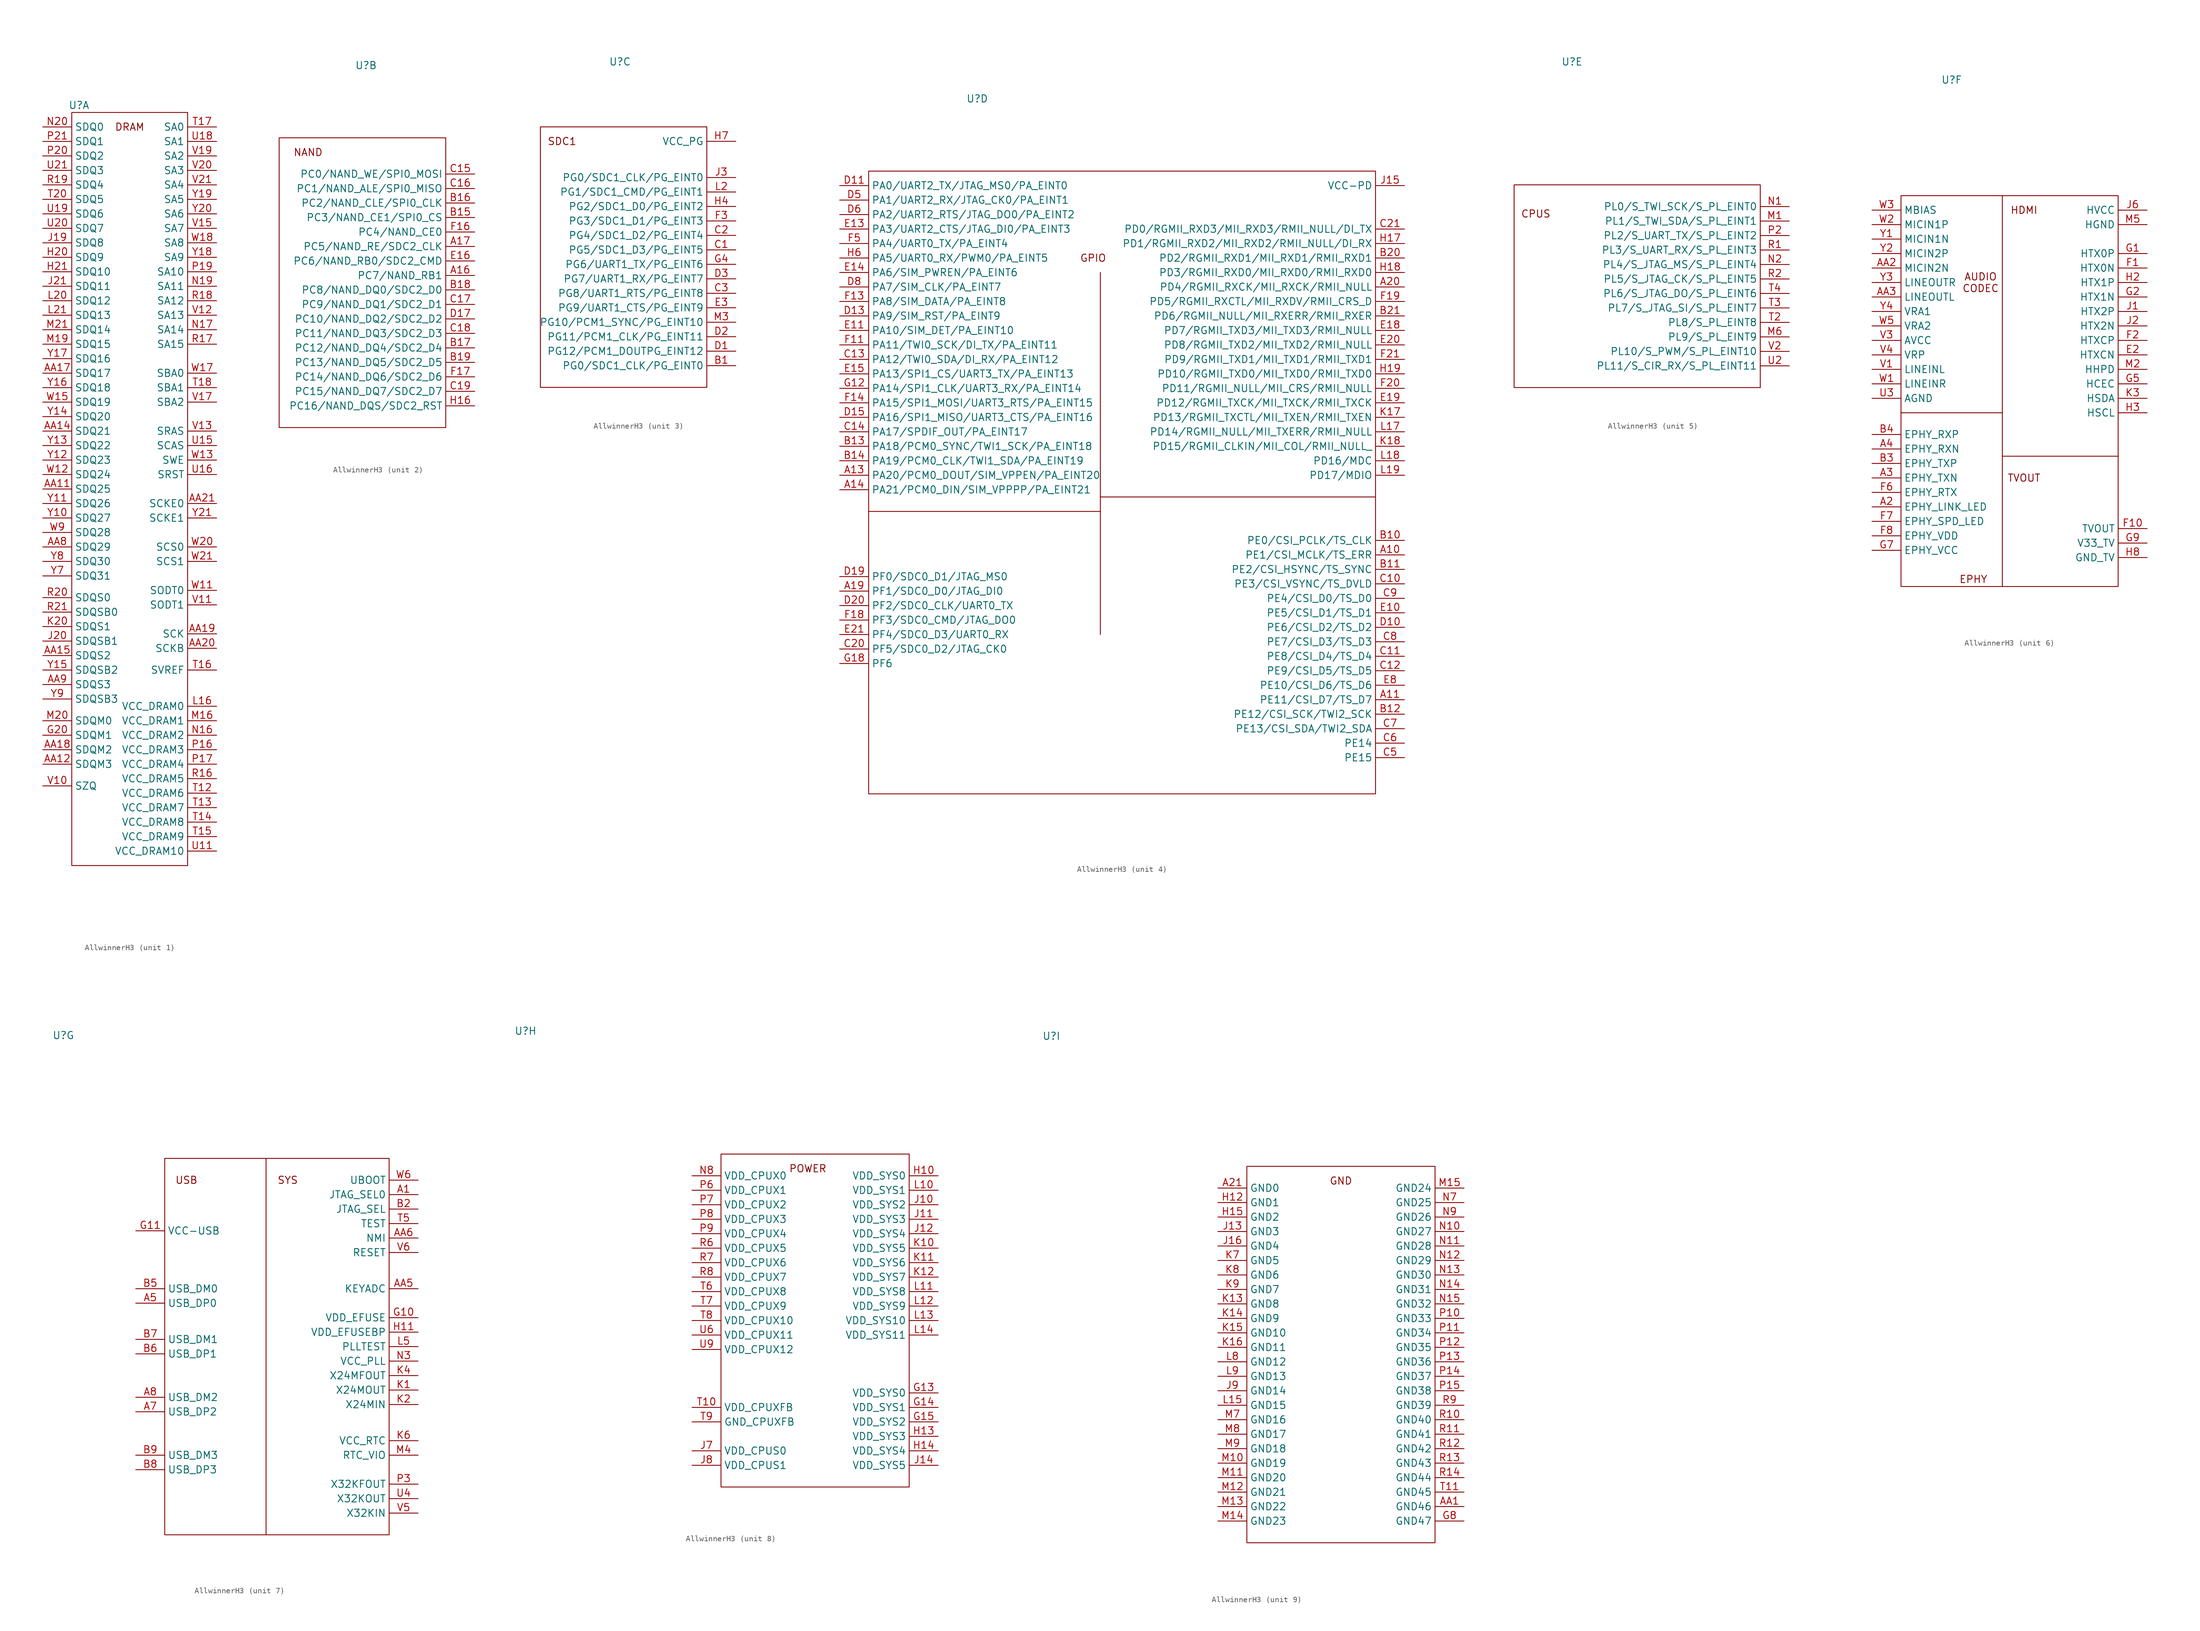
<source format=kicad_sym>
(kicad_symbol_lib
  (version 20220914)
  (generator kicad_symbol_editor)
  (symbol "AllwinnerH3"
    (property "Reference" "U"
      (at -7.62 39.37 0)
      (effects (font (size 1.27 1.27))))
    (property "Value" ""
      (at 8.89 -2.54 0)
      (effects (font (size 1.27 1.27))))
    (property "ki_locked" ""
      (at 0 0 0)
      (effects (font (size 1.27 1.27))))
    (symbol "AllwinnerH3_1_1"
      (rectangle (start -8.89 38.1) (end 11.43 -93.98) (stroke (width 0) (type default)) (fill (type none)))
      (text "DRAM" (at 1.27 35.56 0) (effects (font (size 1.27 1.27))))
      (pin bidirectional line (at -13.97 -27.94 0) (length 5.08) (name "SDQ25" (effects (font (size 1.27 1.27)))) (number "AA11" (effects (font (size 1.27 1.27)))))
      (pin bidirectional line (at -13.97 -76.2 0) (length 5.08) (name "SDQM3" (effects (font (size 1.27 1.27)))) (number "AA12" (effects (font (size 1.27 1.27)))))
      (pin bidirectional line (at -13.97 -17.78 0) (length 5.08) (name "SDQ21" (effects (font (size 1.27 1.27)))) (number "AA14" (effects (font (size 1.27 1.27)))))
      (pin bidirectional line (at -13.97 -57.15 0) (length 5.08) (name "SDQS2" (effects (font (size 1.27 1.27)))) (number "AA15" (effects (font (size 1.27 1.27)))))
      (pin bidirectional line (at -13.97 -7.62 0) (length 5.08) (name "SDQ17" (effects (font (size 1.27 1.27)))) (number "AA17" (effects (font (size 1.27 1.27)))))
      (pin bidirectional line (at -13.97 -73.66 0) (length 5.08) (name "SDQM2" (effects (font (size 1.27 1.27)))) (number "AA18" (effects (font (size 1.27 1.27)))))
      (pin output line (at 16.51 -53.34 180) (length 5.08) (name "SCK" (effects (font (size 1.27 1.27)))) (number "AA19" (effects (font (size 1.27 1.27)))))
      (pin output line (at 16.51 -55.88 180) (length 5.08) (name "SCKB" (effects (font (size 1.27 1.27)))) (number "AA20" (effects (font (size 1.27 1.27)))))
      (pin output line (at 16.51 -30.48 180) (length 5.08) (name "SCKE0" (effects (font (size 1.27 1.27)))) (number "AA21" (effects (font (size 1.27 1.27)))))
      (pin bidirectional line (at -13.97 -38.1 0) (length 5.08) (name "SDQ29" (effects (font (size 1.27 1.27)))) (number "AA8" (effects (font (size 1.27 1.27)))))
      (pin bidirectional line (at -13.97 -62.23 0) (length 5.08) (name "SDQS3" (effects (font (size 1.27 1.27)))) (number "AA9" (effects (font (size 1.27 1.27)))))
      (pin bidirectional line (at -13.97 -71.12 0) (length 5.08) (name "SDQM1" (effects (font (size 1.27 1.27)))) (number "G20" (effects (font (size 1.27 1.27)))))
      (pin bidirectional line (at -13.97 12.7 0) (length 5.08) (name "SDQ9" (effects (font (size 1.27 1.27)))) (number "H20" (effects (font (size 1.27 1.27)))))
      (pin bidirectional line (at -13.97 10.16 0) (length 5.08) (name "SDQ10" (effects (font (size 1.27 1.27)))) (number "H21" (effects (font (size 1.27 1.27)))))
      (pin bidirectional line (at -13.97 15.24 0) (length 5.08) (name "SDQ8" (effects (font (size 1.27 1.27)))) (number "J19" (effects (font (size 1.27 1.27)))))
      (pin bidirectional line (at -13.97 -54.61 0) (length 5.08) (name "SDQSB1" (effects (font (size 1.27 1.27)))) (number "J20" (effects (font (size 1.27 1.27)))))
      (pin bidirectional line (at -13.97 7.62 0) (length 5.08) (name "SDQ11" (effects (font (size 1.27 1.27)))) (number "J21" (effects (font (size 1.27 1.27)))))
      (pin bidirectional line (at -13.97 -52.07 0) (length 5.08) (name "SDQS1" (effects (font (size 1.27 1.27)))) (number "K20" (effects (font (size 1.27 1.27)))))
      (pin power_in line (at 16.51 -66.04 180) (length 5.08) (name "VCC_DRAM0" (effects (font (size 1.27 1.27)))) (number "L16" (effects (font (size 1.27 1.27)))))
      (pin bidirectional line (at -13.97 5.08 0) (length 5.08) (name "SDQ12" (effects (font (size 1.27 1.27)))) (number "L20" (effects (font (size 1.27 1.27)))))
      (pin bidirectional line (at -13.97 2.54 0) (length 5.08) (name "SDQ13" (effects (font (size 1.27 1.27)))) (number "L21" (effects (font (size 1.27 1.27)))))
      (pin power_in line (at 16.51 -68.58 180) (length 5.08) (name "VCC_DRAM1" (effects (font (size 1.27 1.27)))) (number "M16" (effects (font (size 1.27 1.27)))))
      (pin bidirectional line (at -13.97 -2.54 0) (length 5.08) (name "SDQ15" (effects (font (size 1.27 1.27)))) (number "M19" (effects (font (size 1.27 1.27)))))
      (pin bidirectional line (at -13.97 -68.58 0) (length 5.08) (name "SDQM0" (effects (font (size 1.27 1.27)))) (number "M20" (effects (font (size 1.27 1.27)))))
      (pin bidirectional line (at -13.97 0 0) (length 5.08) (name "SDQ14" (effects (font (size 1.27 1.27)))) (number "M21" (effects (font (size 1.27 1.27)))))
      (pin power_in line (at 16.51 -71.12 180) (length 5.08) (name "VCC_DRAM2" (effects (font (size 1.27 1.27)))) (number "N16" (effects (font (size 1.27 1.27)))))
      (pin output line (at 16.51 0 180) (length 5.08) (name "SA14" (effects (font (size 1.27 1.27)))) (number "N17" (effects (font (size 1.27 1.27)))))
      (pin output line (at 16.51 7.62 180) (length 5.08) (name "SA11" (effects (font (size 1.27 1.27)))) (number "N19" (effects (font (size 1.27 1.27)))))
      (pin bidirectional line (at -13.97 35.56 0) (length 5.08) (name "SDQ0" (effects (font (size 1.27 1.27)))) (number "N20" (effects (font (size 1.27 1.27)))))
      (pin power_in line (at 16.51 -73.66 180) (length 5.08) (name "VCC_DRAM3" (effects (font (size 1.27 1.27)))) (number "P16" (effects (font (size 1.27 1.27)))))
      (pin power_in line (at 16.51 -76.2 180) (length 5.08) (name "VCC_DRAM4" (effects (font (size 1.27 1.27)))) (number "P17" (effects (font (size 1.27 1.27)))))
      (pin output line (at 16.51 10.16 180) (length 5.08) (name "SA10" (effects (font (size 1.27 1.27)))) (number "P19" (effects (font (size 1.27 1.27)))))
      (pin bidirectional line (at -13.97 30.48 0) (length 5.08) (name "SDQ2" (effects (font (size 1.27 1.27)))) (number "P20" (effects (font (size 1.27 1.27)))))
      (pin bidirectional line (at -13.97 33.02 0) (length 5.08) (name "SDQ1" (effects (font (size 1.27 1.27)))) (number "P21" (effects (font (size 1.27 1.27)))))
      (pin power_in line (at 16.51 -78.74 180) (length 5.08) (name "VCC_DRAM5" (effects (font (size 1.27 1.27)))) (number "R16" (effects (font (size 1.27 1.27)))))
      (pin output line (at 16.51 -2.54 180) (length 5.08) (name "SA15" (effects (font (size 1.27 1.27)))) (number "R17" (effects (font (size 1.27 1.27)))))
      (pin output line (at 16.51 5.08 180) (length 5.08) (name "SA12" (effects (font (size 1.27 1.27)))) (number "R18" (effects (font (size 1.27 1.27)))))
      (pin bidirectional line (at -13.97 25.4 0) (length 5.08) (name "SDQ4" (effects (font (size 1.27 1.27)))) (number "R19" (effects (font (size 1.27 1.27)))))
      (pin bidirectional line (at -13.97 -46.99 0) (length 5.08) (name "SDQS0" (effects (font (size 1.27 1.27)))) (number "R20" (effects (font (size 1.27 1.27)))))
      (pin bidirectional line (at -13.97 -49.53 0) (length 5.08) (name "SDQSB0" (effects (font (size 1.27 1.27)))) (number "R21" (effects (font (size 1.27 1.27)))))
      (pin power_in line (at 16.51 -81.28 180) (length 5.08) (name "VCC_DRAM6" (effects (font (size 1.27 1.27)))) (number "T12" (effects (font (size 1.27 1.27)))))
      (pin power_in line (at 16.51 -83.82 180) (length 5.08) (name "VCC_DRAM7" (effects (font (size 1.27 1.27)))) (number "T13" (effects (font (size 1.27 1.27)))))
      (pin power_in line (at 16.51 -86.36 180) (length 5.08) (name "VCC_DRAM8" (effects (font (size 1.27 1.27)))) (number "T14" (effects (font (size 1.27 1.27)))))
      (pin power_in line (at 16.51 -88.9 180) (length 5.08) (name "VCC_DRAM9" (effects (font (size 1.27 1.27)))) (number "T15" (effects (font (size 1.27 1.27)))))
      (pin output line (at 16.51 -59.69 180) (length 5.08) (name "SVREF" (effects (font (size 1.27 1.27)))) (number "T16" (effects (font (size 1.27 1.27)))))
      (pin output line (at 16.51 35.56 180) (length 5.08) (name "SA0" (effects (font (size 1.27 1.27)))) (number "T17" (effects (font (size 1.27 1.27)))))
      (pin output line (at 16.51 -10.16 180) (length 5.08) (name "SBA1" (effects (font (size 1.27 1.27)))) (number "T18" (effects (font (size 1.27 1.27)))))
      (pin bidirectional line (at -13.97 22.86 0) (length 5.08) (name "SDQ5" (effects (font (size 1.27 1.27)))) (number "T20" (effects (font (size 1.27 1.27)))))
      (pin power_in line (at 16.51 -91.44 180) (length 5.08) (name "VCC_DRAM10" (effects (font (size 1.27 1.27)))) (number "U11" (effects (font (size 1.27 1.27)))))
      (pin output line (at 16.51 -20.32 180) (length 5.08) (name "SCAS" (effects (font (size 1.27 1.27)))) (number "U15" (effects (font (size 1.27 1.27)))))
      (pin output line (at 16.51 -25.4 180) (length 5.08) (name "SRST" (effects (font (size 1.27 1.27)))) (number "U16" (effects (font (size 1.27 1.27)))))
      (pin output line (at 16.51 33.02 180) (length 5.08) (name "SA1" (effects (font (size 1.27 1.27)))) (number "U18" (effects (font (size 1.27 1.27)))))
      (pin bidirectional line (at -13.97 20.32 0) (length 5.08) (name "SDQ6" (effects (font (size 1.27 1.27)))) (number "U19" (effects (font (size 1.27 1.27)))))
      (pin bidirectional line (at -13.97 17.78 0) (length 5.08) (name "SDQ7" (effects (font (size 1.27 1.27)))) (number "U20" (effects (font (size 1.27 1.27)))))
      (pin bidirectional line (at -13.97 27.94 0) (length 5.08) (name "SDQ3" (effects (font (size 1.27 1.27)))) (number "U21" (effects (font (size 1.27 1.27)))))
      (pin bidirectional line (at -13.97 -80.01 0) (length 5.08) (name "SZQ" (effects (font (size 1.27 1.27)))) (number "V10" (effects (font (size 1.27 1.27)))))
      (pin output line (at 16.51 -48.26 180) (length 5.08) (name "SODT1" (effects (font (size 1.27 1.27)))) (number "V11" (effects (font (size 1.27 1.27)))))
      (pin output line (at 16.51 2.54 180) (length 5.08) (name "SA13" (effects (font (size 1.27 1.27)))) (number "V12" (effects (font (size 1.27 1.27)))))
      (pin output line (at 16.51 -17.78 180) (length 5.08) (name "SRAS" (effects (font (size 1.27 1.27)))) (number "V13" (effects (font (size 1.27 1.27)))))
      (pin output line (at 16.51 17.78 180) (length 5.08) (name "SA7" (effects (font (size 1.27 1.27)))) (number "V15" (effects (font (size 1.27 1.27)))))
      (pin output line (at 16.51 -12.7 180) (length 5.08) (name "SBA2" (effects (font (size 1.27 1.27)))) (number "V17" (effects (font (size 1.27 1.27)))))
      (pin output line (at 16.51 30.48 180) (length 5.08) (name "SA2" (effects (font (size 1.27 1.27)))) (number "V19" (effects (font (size 1.27 1.27)))))
      (pin output line (at 16.51 27.94 180) (length 5.08) (name "SA3" (effects (font (size 1.27 1.27)))) (number "V20" (effects (font (size 1.27 1.27)))))
      (pin output line (at 16.51 25.4 180) (length 5.08) (name "SA4" (effects (font (size 1.27 1.27)))) (number "V21" (effects (font (size 1.27 1.27)))))
      (pin output line (at 16.51 -45.72 180) (length 5.08) (name "SODT0" (effects (font (size 1.27 1.27)))) (number "W11" (effects (font (size 1.27 1.27)))))
      (pin bidirectional line (at -13.97 -25.4 0) (length 5.08) (name "SDQ24" (effects (font (size 1.27 1.27)))) (number "W12" (effects (font (size 1.27 1.27)))))
      (pin output line (at 16.51 -22.86 180) (length 5.08) (name "SWE" (effects (font (size 1.27 1.27)))) (number "W13" (effects (font (size 1.27 1.27)))))
      (pin bidirectional line (at -13.97 -12.7 0) (length 5.08) (name "SDQ19" (effects (font (size 1.27 1.27)))) (number "W15" (effects (font (size 1.27 1.27)))))
      (pin output line (at 16.51 -7.62 180) (length 5.08) (name "SBA0" (effects (font (size 1.27 1.27)))) (number "W17" (effects (font (size 1.27 1.27)))))
      (pin output line (at 16.51 15.24 180) (length 5.08) (name "SA8" (effects (font (size 1.27 1.27)))) (number "W18" (effects (font (size 1.27 1.27)))))
      (pin output line (at 16.51 -38.1 180) (length 5.08) (name "SCS0" (effects (font (size 1.27 1.27)))) (number "W20" (effects (font (size 1.27 1.27)))))
      (pin output line (at 16.51 -40.64 180) (length 5.08) (name "SCS1" (effects (font (size 1.27 1.27)))) (number "W21" (effects (font (size 1.27 1.27)))))
      (pin bidirectional line (at -13.97 -35.56 0) (length 5.08) (name "SDQ28" (effects (font (size 1.27 1.27)))) (number "W9" (effects (font (size 1.27 1.27)))))
      (pin bidirectional line (at -13.97 -33.02 0) (length 5.08) (name "SDQ27" (effects (font (size 1.27 1.27)))) (number "Y10" (effects (font (size 1.27 1.27)))))
      (pin bidirectional line (at -13.97 -30.48 0) (length 5.08) (name "SDQ26" (effects (font (size 1.27 1.27)))) (number "Y11" (effects (font (size 1.27 1.27)))))
      (pin bidirectional line (at -13.97 -22.86 0) (length 5.08) (name "SDQ23" (effects (font (size 1.27 1.27)))) (number "Y12" (effects (font (size 1.27 1.27)))))
      (pin bidirectional line (at -13.97 -20.32 0) (length 5.08) (name "SDQ22" (effects (font (size 1.27 1.27)))) (number "Y13" (effects (font (size 1.27 1.27)))))
      (pin bidirectional line (at -13.97 -15.24 0) (length 5.08) (name "SDQ20" (effects (font (size 1.27 1.27)))) (number "Y14" (effects (font (size 1.27 1.27)))))
      (pin bidirectional line (at -13.97 -59.69 0) (length 5.08) (name "SDQSB2" (effects (font (size 1.27 1.27)))) (number "Y15" (effects (font (size 1.27 1.27)))))
      (pin bidirectional line (at -13.97 -10.16 0) (length 5.08) (name "SDQ18" (effects (font (size 1.27 1.27)))) (number "Y16" (effects (font (size 1.27 1.27)))))
      (pin bidirectional line (at -13.97 -5.08 0) (length 5.08) (name "SDQ16" (effects (font (size 1.27 1.27)))) (number "Y17" (effects (font (size 1.27 1.27)))))
      (pin output line (at 16.51 12.7 180) (length 5.08) (name "SA9" (effects (font (size 1.27 1.27)))) (number "Y18" (effects (font (size 1.27 1.27)))))
      (pin output line (at 16.51 22.86 180) (length 5.08) (name "SA5" (effects (font (size 1.27 1.27)))) (number "Y19" (effects (font (size 1.27 1.27)))))
      (pin output line (at 16.51 20.32 180) (length 5.08) (name "SA6" (effects (font (size 1.27 1.27)))) (number "Y20" (effects (font (size 1.27 1.27)))))
      (pin output line (at 16.51 -33.02 180) (length 5.08) (name "SCKE1" (effects (font (size 1.27 1.27)))) (number "Y21" (effects (font (size 1.27 1.27)))))
      (pin bidirectional line (at -13.97 -43.18 0) (length 5.08) (name "SDQ31" (effects (font (size 1.27 1.27)))) (number "Y7" (effects (font (size 1.27 1.27)))))
      (pin bidirectional line (at -13.97 -40.64 0) (length 5.08) (name "SDQ30" (effects (font (size 1.27 1.27)))) (number "Y8" (effects (font (size 1.27 1.27)))))
      (pin bidirectional line (at -13.97 -64.77 0) (length 5.08) (name "SDQSB3" (effects (font (size 1.27 1.27)))) (number "Y9" (effects (font (size 1.27 1.27))))))
    (symbol "AllwinnerH3_2_1"
      (rectangle (start -22.86 26.67) (end 6.35 -24.13) (stroke (width 0) (type default)) (fill (type none)))
      (text "NAND" (at -17.78 24.13 0) (effects (font (size 1.27 1.27))))
      (pin bidirectional line (at 11.43 2.54 180) (length 5.08) (name "PC7/NAND_RB1" (effects (font (size 1.27 1.27)))) (number "A16" (effects (font (size 1.27 1.27)))))
      (pin bidirectional line (at 11.43 7.62 180) (length 5.08) (name "PC5/NAND_RE/SDC2_CLK" (effects (font (size 1.27 1.27)))) (number "A17" (effects (font (size 1.27 1.27)))))
      (pin bidirectional line (at 11.43 12.7 180) (length 5.08) (name "PC3/NAND_CE1/SPI0_CS" (effects (font (size 1.27 1.27)))) (number "B15" (effects (font (size 1.27 1.27)))))
      (pin bidirectional line (at 11.43 15.24 180) (length 5.08) (name "PC2/NAND_CLE/SPI0_CLK" (effects (font (size 1.27 1.27)))) (number "B16" (effects (font (size 1.27 1.27)))))
      (pin bidirectional line (at 11.43 -10.16 180) (length 5.08) (name "PC12/NAND_DQ4/SDC2_D4" (effects (font (size 1.27 1.27)))) (number "B17" (effects (font (size 1.27 1.27)))))
      (pin bidirectional line (at 11.43 0 180) (length 5.08) (name "PC8/NAND_DQ0/SDC2_D0" (effects (font (size 1.27 1.27)))) (number "B18" (effects (font (size 1.27 1.27)))))
      (pin bidirectional line (at 11.43 -12.7 180) (length 5.08) (name "PC13/NAND_DQ5/SDC2_D5" (effects (font (size 1.27 1.27)))) (number "B19" (effects (font (size 1.27 1.27)))))
      (pin bidirectional line (at 11.43 20.32 180) (length 5.08) (name "PC0/NAND_WE/SPI0_MOSI" (effects (font (size 1.27 1.27)))) (number "C15" (effects (font (size 1.27 1.27)))))
      (pin bidirectional line (at 11.43 17.78 180) (length 5.08) (name "PC1/NAND_ALE/SPI0_MISO" (effects (font (size 1.27 1.27)))) (number "C16" (effects (font (size 1.27 1.27)))))
      (pin bidirectional line (at 11.43 -2.54 180) (length 5.08) (name "PC9/NAND_DQ1/SDC2_D1" (effects (font (size 1.27 1.27)))) (number "C17" (effects (font (size 1.27 1.27)))))
      (pin bidirectional line (at 11.43 -7.62 180) (length 5.08) (name "PC11/NAND_DQ3/SDC2_D3" (effects (font (size 1.27 1.27)))) (number "C18" (effects (font (size 1.27 1.27)))))
      (pin bidirectional line (at 11.43 -17.78 180) (length 5.08) (name "PC15/NAND_DQ7/SDC2_D7" (effects (font (size 1.27 1.27)))) (number "C19" (effects (font (size 1.27 1.27)))))
      (pin bidirectional line (at 11.43 -5.08 180) (length 5.08) (name "PC10/NAND_DQ2/SDC2_D2" (effects (font (size 1.27 1.27)))) (number "D17" (effects (font (size 1.27 1.27)))))
      (pin bidirectional line (at 11.43 5.08 180) (length 5.08) (name "PC6/NAND_RB0/SDC2_CMD" (effects (font (size 1.27 1.27)))) (number "E16" (effects (font (size 1.27 1.27)))))
      (pin bidirectional line (at 11.43 10.16 180) (length 5.08) (name "PC4/NAND_CE0" (effects (font (size 1.27 1.27)))) (number "F16" (effects (font (size 1.27 1.27)))))
      (pin bidirectional line (at 11.43 -15.24 180) (length 5.08) (name "PC14/NAND_DQ6/SDC2_D6" (effects (font (size 1.27 1.27)))) (number "F17" (effects (font (size 1.27 1.27)))))
      (pin bidirectional line (at 11.43 -20.32 180) (length 5.08) (name "PC16/NAND_DQS/SDC2_RST" (effects (font (size 1.27 1.27)))) (number "H16" (effects (font (size 1.27 1.27))))))
    (symbol "AllwinnerH3_3_1"
      (rectangle (start -21.59 27.94) (end 7.62 -17.78) (stroke (width 0) (type default)) (fill (type none)))
      (text "SDC1\n" (at -17.78 25.4 0) (effects (font (size 1.27 1.27))))
      (pin bidirectional line (at 12.7 -13.97 180) (length 5.08) (name "PG0/SDC1_CLK/PG_EINT0" (effects (font (size 1.27 1.27)))) (number "B1" (effects (font (size 1.27 1.27)))))
      (pin bidirectional line (at 12.7 6.35 180) (length 5.08) (name "PG5/SDC1_D3/PG_EINT5" (effects (font (size 1.27 1.27)))) (number "C1" (effects (font (size 1.27 1.27)))))
      (pin bidirectional line (at 12.7 8.89 180) (length 5.08) (name "PG4/SDC1_D2/PG_EINT4" (effects (font (size 1.27 1.27)))) (number "C2" (effects (font (size 1.27 1.27)))))
      (pin bidirectional line (at 12.7 -1.27 180) (length 5.08) (name "PG8/UART1_RTS/PG_EINT8" (effects (font (size 1.27 1.27)))) (number "C3" (effects (font (size 1.27 1.27)))))
      (pin bidirectional line (at 12.7 -11.43 180) (length 5.08) (name "PG12/PCM1_DOUTPG_EINT12" (effects (font (size 1.27 1.27)))) (number "D1" (effects (font (size 1.27 1.27)))))
      (pin bidirectional line (at 12.7 -8.89 180) (length 5.08) (name "PG11/PCM1_CLK/PG_EINT11" (effects (font (size 1.27 1.27)))) (number "D2" (effects (font (size 1.27 1.27)))))
      (pin bidirectional line (at 12.7 1.27 180) (length 5.08) (name "PG7/UART1_RX/PG_EINT7" (effects (font (size 1.27 1.27)))) (number "D3" (effects (font (size 1.27 1.27)))))
      (pin bidirectional line (at 12.7 -3.81 180) (length 5.08) (name "PG9/UART1_CTS/PG_EINT9" (effects (font (size 1.27 1.27)))) (number "E3" (effects (font (size 1.27 1.27)))))
      (pin bidirectional line (at 12.7 11.43 180) (length 5.08) (name "PG3/SDC1_D1/PG_EINT3" (effects (font (size 1.27 1.27)))) (number "F3" (effects (font (size 1.27 1.27)))))
      (pin bidirectional line (at 12.7 3.81 180) (length 5.08) (name "PG6/UART1_TX/PG_EINT6" (effects (font (size 1.27 1.27)))) (number "G4" (effects (font (size 1.27 1.27)))))
      (pin bidirectional line (at 12.7 13.97 180) (length 5.08) (name "PG2/SDC1_D0/PG_EINT2" (effects (font (size 1.27 1.27)))) (number "H4" (effects (font (size 1.27 1.27)))))
      (pin power_in line (at 12.7 25.4 180) (length 5.08) (name "VCC_PG" (effects (font (size 1.27 1.27)))) (number "H7" (effects (font (size 1.27 1.27)))))
      (pin bidirectional line (at 12.7 19.05 180) (length 5.08) (name "PG0/SDC1_CLK/PG_EINT0" (effects (font (size 1.27 1.27)))) (number "J3" (effects (font (size 1.27 1.27)))))
      (pin bidirectional line (at 12.7 16.51 180) (length 5.08) (name "PG1/SDC1_CMD/PG_EINT1" (effects (font (size 1.27 1.27)))) (number "L2" (effects (font (size 1.27 1.27)))))
      (pin bidirectional line (at 12.7 -6.35 180) (length 5.08) (name "PG10/PCM1_SYNC/PG_EINT10" (effects (font (size 1.27 1.27)))) (number "M3" (effects (font (size 1.27 1.27))))))
    (symbol "AllwinnerH3_4_1"
      (rectangle (start -26.67 26.67) (end 62.23 -82.55) (stroke (width 0) (type default)) (fill (type none)))
      (polyline (pts (xy 13.97 -30.48) (xy 62.23 -30.48)) (stroke (width 0) (type default)) (fill (type none)))
      (polyline (pts (xy 13.97 -33.02) (xy -26.67 -33.02) (xy -22.86 -33.02)) (stroke (width 0) (type default)) (fill (type none)))
      (polyline (pts (xy 13.97 8.89) (xy 13.97 -54.61) (xy 13.97 -27.94)) (stroke (width 0) (type default)) (fill (type none)))
      (text "GPIO" (at 12.7 11.43 0) (effects (font (size 1.27 1.27))))
      (pin bidirectional line (at 67.31 -40.64 180) (length 5.08) (name "PE1/CSI_MCLK/TS_ERR" (effects (font (size 1.27 1.27)))) (number "A10" (effects (font (size 1.27 1.27)))))
      (pin bidirectional line (at 67.31 -66.04 180) (length 5.08) (name "PE11/CSI_D7/TS_D7" (effects (font (size 1.27 1.27)))) (number "A11" (effects (font (size 1.27 1.27)))))
      (pin bidirectional line (at -31.75 -26.67 0) (length 5.08) (name "PA20/PCM0_DOUT/SIM_VPPEN/PA_EINT20" (effects (font (size 1.27 1.27)))) (number "A13" (effects (font (size 1.27 1.27)))))
      (pin bidirectional line (at -31.75 -29.21 0) (length 5.08) (name "PA21/PCM0_DIN/SIM_VPPPP/PA_EINT21" (effects (font (size 1.27 1.27)))) (number "A14" (effects (font (size 1.27 1.27)))))
      (pin bidirectional line (at -31.75 -46.99 0) (length 5.08) (name "PF1/SDC0_D0/JTAG_DI0" (effects (font (size 1.27 1.27)))) (number "A19" (effects (font (size 1.27 1.27)))))
      (pin bidirectional line (at 67.31 6.35 180) (length 5.08) (name "PD4/RGMII_RXCK/MII_RXCK/RMII_NULL" (effects (font (size 1.27 1.27)))) (number "A20" (effects (font (size 1.27 1.27)))))
      (pin bidirectional line (at 67.31 -38.1 180) (length 5.08) (name "PE0/CSI_PCLK/TS_CLK" (effects (font (size 1.27 1.27)))) (number "B10" (effects (font (size 1.27 1.27)))))
      (pin bidirectional line (at 67.31 -43.18 180) (length 5.08) (name "PE2/CSI_HSYNC/TS_SYNC" (effects (font (size 1.27 1.27)))) (number "B11" (effects (font (size 1.27 1.27)))))
      (pin bidirectional line (at 67.31 -68.58 180) (length 5.08) (name "PE12/CSI_SCK/TWI2_SCK" (effects (font (size 1.27 1.27)))) (number "B12" (effects (font (size 1.27 1.27)))))
      (pin bidirectional line (at -31.75 -21.59 0) (length 5.08) (name "PA18/PCM0_SYNC/TWI1_SCK/PA_EINT18" (effects (font (size 1.27 1.27)))) (number "B13" (effects (font (size 1.27 1.27)))))
      (pin bidirectional line (at -31.75 -24.13 0) (length 5.08) (name "PA19/PCM0_CLK/TWI1_SDA/PA_EINT19" (effects (font (size 1.27 1.27)))) (number "B14" (effects (font (size 1.27 1.27)))))
      (pin bidirectional line (at 67.31 11.43 180) (length 5.08) (name "PD2/RGMII_RXD1/MII_RXD1/RMII_RXD1" (effects (font (size 1.27 1.27)))) (number "B20" (effects (font (size 1.27 1.27)))))
      (pin bidirectional line (at 67.31 1.27 180) (length 5.08) (name "PD6/RGMII_NULL/MII_RXERR/RMII_RXER" (effects (font (size 1.27 1.27)))) (number "B21" (effects (font (size 1.27 1.27)))))
      (pin bidirectional line (at 67.31 -45.72 180) (length 5.08) (name "PE3/CSI_VSYNC/TS_DVLD" (effects (font (size 1.27 1.27)))) (number "C10" (effects (font (size 1.27 1.27)))))
      (pin bidirectional line (at 67.31 -58.42 180) (length 5.08) (name "PE8/CSI_D4/TS_D4" (effects (font (size 1.27 1.27)))) (number "C11" (effects (font (size 1.27 1.27)))))
      (pin bidirectional line (at 67.31 -60.96 180) (length 5.08) (name "PE9/CSI_D5/TS_D5" (effects (font (size 1.27 1.27)))) (number "C12" (effects (font (size 1.27 1.27)))))
      (pin bidirectional line (at -31.75 -6.35 0) (length 5.08) (name "PA12/TWI0_SDA/DI_RX/PA_EINT12" (effects (font (size 1.27 1.27)))) (number "C13" (effects (font (size 1.27 1.27)))))
      (pin bidirectional line (at -31.75 -19.05 0) (length 5.08) (name "PA17/SPDIF_OUT/PA_EINT17" (effects (font (size 1.27 1.27)))) (number "C14" (effects (font (size 1.27 1.27)))))
      (pin bidirectional line (at -31.75 -57.15 0) (length 5.08) (name "PF5/SDC0_D2/JTAG_CK0" (effects (font (size 1.27 1.27)))) (number "C20" (effects (font (size 1.27 1.27)))))
      (pin bidirectional line (at 67.31 16.51 180) (length 5.08) (name "PD0/RGMII_RXD3/MII_RXD3/RMII_NULL/DI_TX" (effects (font (size 1.27 1.27)))) (number "C21" (effects (font (size 1.27 1.27)))))
      (pin bidirectional line (at 67.31 -76.2 180) (length 5.08) (name "PE15" (effects (font (size 1.27 1.27)))) (number "C5" (effects (font (size 1.27 1.27)))))
      (pin bidirectional line (at 67.31 -73.66 180) (length 5.08) (name "PE14" (effects (font (size 1.27 1.27)))) (number "C6" (effects (font (size 1.27 1.27)))))
      (pin bidirectional line (at 67.31 -71.12 180) (length 5.08) (name "PE13/CSI_SDA/TWI2_SDA" (effects (font (size 1.27 1.27)))) (number "C7" (effects (font (size 1.27 1.27)))))
      (pin bidirectional line (at 67.31 -55.88 180) (length 5.08) (name "PE7/CSI_D3/TS_D3" (effects (font (size 1.27 1.27)))) (number "C8" (effects (font (size 1.27 1.27)))))
      (pin bidirectional line (at 67.31 -48.26 180) (length 5.08) (name "PE4/CSI_D0/TS_D0" (effects (font (size 1.27 1.27)))) (number "C9" (effects (font (size 1.27 1.27)))))
      (pin bidirectional line (at 67.31 -53.34 180) (length 5.08) (name "PE6/CSI_D2/TS_D2" (effects (font (size 1.27 1.27)))) (number "D10" (effects (font (size 1.27 1.27)))))
      (pin bidirectional line (at -31.75 24.13 0) (length 5.08) (name "PA0/UART2_TX/JTAG_MS0/PA_EINT0" (effects (font (size 1.27 1.27)))) (number "D11" (effects (font (size 1.27 1.27)))))
      (pin bidirectional line (at -31.75 1.27 0) (length 5.08) (name "PA9/SIM_RST/PA_EINT9" (effects (font (size 1.27 1.27)))) (number "D13" (effects (font (size 1.27 1.27)))))
      (pin bidirectional line (at -31.75 -16.51 0) (length 5.08) (name "PA16/SPI1_MISO/UART3_CTS/PA_EINT16" (effects (font (size 1.27 1.27)))) (number "D15" (effects (font (size 1.27 1.27)))))
      (pin bidirectional line (at -31.75 -44.45 0) (length 5.08) (name "PF0/SDC0_D1/JTAG_MS0" (effects (font (size 1.27 1.27)))) (number "D19" (effects (font (size 1.27 1.27)))))
      (pin bidirectional line (at -31.75 -49.53 0) (length 5.08) (name "PF2/SDC0_CLK/UART0_TX" (effects (font (size 1.27 1.27)))) (number "D20" (effects (font (size 1.27 1.27)))))
      (pin bidirectional line (at -31.75 21.59 0) (length 5.08) (name "PA1/UART2_RX/JTAG_CK0/PA_EINT1" (effects (font (size 1.27 1.27)))) (number "D5" (effects (font (size 1.27 1.27)))))
      (pin bidirectional line (at -31.75 19.05 0) (length 5.08) (name "PA2/UART2_RTS/JTAG_DO0/PA_EINT2" (effects (font (size 1.27 1.27)))) (number "D6" (effects (font (size 1.27 1.27)))))
      (pin bidirectional line (at -31.75 6.35 0) (length 5.08) (name "PA7/SIM_CLK/PA_EINT7" (effects (font (size 1.27 1.27)))) (number "D8" (effects (font (size 1.27 1.27)))))
      (pin bidirectional line (at 67.31 -50.8 180) (length 5.08) (name "PE5/CSI_D1/TS_D1" (effects (font (size 1.27 1.27)))) (number "E10" (effects (font (size 1.27 1.27)))))
      (pin bidirectional line (at -31.75 -1.27 0) (length 5.08) (name "PA10/SIM_DET/PA_EINT10" (effects (font (size 1.27 1.27)))) (number "E11" (effects (font (size 1.27 1.27)))))
      (pin bidirectional line (at -31.75 16.51 0) (length 5.08) (name "PA3/UART2_CTS/JTAG_DI0/PA_EINT3" (effects (font (size 1.27 1.27)))) (number "E13" (effects (font (size 1.27 1.27)))))
      (pin bidirectional line (at -31.75 8.89 0) (length 5.08) (name "PA6/SIM_PWREN/PA_EINT6" (effects (font (size 1.27 1.27)))) (number "E14" (effects (font (size 1.27 1.27)))))
      (pin bidirectional line (at -31.75 -8.89 0) (length 5.08) (name "PA13/SPI1_CS/UART3_TX/PA_EINT13" (effects (font (size 1.27 1.27)))) (number "E15" (effects (font (size 1.27 1.27)))))
      (pin bidirectional line (at 67.31 -1.27 180) (length 5.08) (name "PD7/RGMII_TXD3/MII_TXD3/RMII_NULL" (effects (font (size 1.27 1.27)))) (number "E18" (effects (font (size 1.27 1.27)))))
      (pin bidirectional line (at 67.31 -13.97 180) (length 5.08) (name "PD12/RGMII_TXCK/MII_TXCK/RMII_TXCK" (effects (font (size 1.27 1.27)))) (number "E19" (effects (font (size 1.27 1.27)))))
      (pin bidirectional line (at 67.31 -3.81 180) (length 5.08) (name "PD8/RGMII_TXD2/MII_TXD2/RMII_NULL" (effects (font (size 1.27 1.27)))) (number "E20" (effects (font (size 1.27 1.27)))))
      (pin bidirectional line (at -31.75 -54.61 0) (length 5.08) (name "PF4/SDC0_D3/UART0_RX" (effects (font (size 1.27 1.27)))) (number "E21" (effects (font (size 1.27 1.27)))))
      (pin bidirectional line (at 67.31 -63.5 180) (length 5.08) (name "PE10/CSI_D6/TS_D6" (effects (font (size 1.27 1.27)))) (number "E8" (effects (font (size 1.27 1.27)))))
      (pin bidirectional line (at -31.75 -3.81 0) (length 5.08) (name "PA11/TWI0_SCK/DI_TX/PA_EINT11" (effects (font (size 1.27 1.27)))) (number "F11" (effects (font (size 1.27 1.27)))))
      (pin bidirectional line (at -31.75 3.81 0) (length 5.08) (name "PA8/SIM_DATA/PA_EINT8" (effects (font (size 1.27 1.27)))) (number "F13" (effects (font (size 1.27 1.27)))))
      (pin bidirectional line (at -31.75 -13.97 0) (length 5.08) (name "PA15/SPI1_MOSI/UART3_RTS/PA_EINT15" (effects (font (size 1.27 1.27)))) (number "F14" (effects (font (size 1.27 1.27)))))
      (pin bidirectional line (at -31.75 -52.07 0) (length 5.08) (name "PF3/SDC0_CMD/JTAG_DO0" (effects (font (size 1.27 1.27)))) (number "F18" (effects (font (size 1.27 1.27)))))
      (pin bidirectional line (at 67.31 3.81 180) (length 5.08) (name "PD5/RGMII_RXCTL/MII_RXDV/RMII_CRS_D" (effects (font (size 1.27 1.27)))) (number "F19" (effects (font (size 1.27 1.27)))))
      (pin bidirectional line (at 67.31 -11.43 180) (length 5.08) (name "PD11/RGMII_NULL/MII_CRS/RMII_NULL" (effects (font (size 1.27 1.27)))) (number "F20" (effects (font (size 1.27 1.27)))))
      (pin bidirectional line (at 67.31 -6.35 180) (length 5.08) (name "PD9/RGMII_TXD1/MII_TXD1/RMII_TXD1" (effects (font (size 1.27 1.27)))) (number "F21" (effects (font (size 1.27 1.27)))))
      (pin bidirectional line (at -31.75 13.97 0) (length 5.08) (name "PA4/UART0_TX/PA_EINT4" (effects (font (size 1.27 1.27)))) (number "F5" (effects (font (size 1.27 1.27)))))
      (pin bidirectional line (at -31.75 -11.43 0) (length 5.08) (name "PA14/SPI1_CLK/UART3_RX/PA_EINT14" (effects (font (size 1.27 1.27)))) (number "G12" (effects (font (size 1.27 1.27)))))
      (pin bidirectional line (at -31.75 -59.69 0) (length 5.08) (name "PF6" (effects (font (size 1.27 1.27)))) (number "G18" (effects (font (size 1.27 1.27)))))
      (pin bidirectional line (at 67.31 13.97 180) (length 5.08) (name "PD1/RGMII_RXD2/MII_RXD2/RMII_NULL/DI_RX" (effects (font (size 1.27 1.27)))) (number "H17" (effects (font (size 1.27 1.27)))))
      (pin bidirectional line (at 67.31 8.89 180) (length 5.08) (name "PD3/RGMII_RXD0/MII_RXD0/RMII_RXD0" (effects (font (size 1.27 1.27)))) (number "H18" (effects (font (size 1.27 1.27)))))
      (pin bidirectional line (at 67.31 -8.89 180) (length 5.08) (name "PD10/RGMII_TXD0/MII_TXD0/RMII_TXD0" (effects (font (size 1.27 1.27)))) (number "H19" (effects (font (size 1.27 1.27)))))
      (pin bidirectional line (at -31.75 11.43 0) (length 5.08) (name "PA5/UART0_RX/PWM0/PA_EINT5" (effects (font (size 1.27 1.27)))) (number "H6" (effects (font (size 1.27 1.27)))))
      (pin power_in line (at 67.31 24.13 180) (length 5.08) (name "VCC-PD" (effects (font (size 1.27 1.27)))) (number "J15" (effects (font (size 1.27 1.27)))))
      (pin bidirectional line (at 67.31 -16.51 180) (length 5.08) (name "PD13/RGMII_TXCTL/MII_TXEN/RMII_TXEN" (effects (font (size 1.27 1.27)))) (number "K17" (effects (font (size 1.27 1.27)))))
      (pin bidirectional line (at 67.31 -21.59 180) (length 5.08) (name "PD15/RGMII_CLKIN/MII_COL/RMII_NULL_" (effects (font (size 1.27 1.27)))) (number "K18" (effects (font (size 1.27 1.27)))))
      (pin bidirectional line (at 67.31 -19.05 180) (length 5.08) (name "PD14/RGMII_NULL/MII_TXERR/RMII_NULL" (effects (font (size 1.27 1.27)))) (number "L17" (effects (font (size 1.27 1.27)))))
      (pin bidirectional line (at 67.31 -24.13 180) (length 5.08) (name "PD16/MDC" (effects (font (size 1.27 1.27)))) (number "L18" (effects (font (size 1.27 1.27)))))
      (pin bidirectional line (at 67.31 -26.67 180) (length 5.08) (name "PD17/MDIO" (effects (font (size 1.27 1.27)))) (number "L19" (effects (font (size 1.27 1.27))))))
    (symbol "AllwinnerH3_5_1"
      (rectangle (start -17.78 17.78) (end 25.4 -17.78) (stroke (width 0) (type default)) (fill (type none)))
      (text "CPUS" (at -13.97 12.7 0) (effects (font (size 1.27 1.27))))
      (pin bidirectional line (at 30.48 11.43 180) (length 5.08) (name "PL1/S_TWI_SDA/S_PL_EINT1" (effects (font (size 1.27 1.27)))) (number "M1" (effects (font (size 1.27 1.27)))))
      (pin bidirectional line (at 30.48 -8.89 180) (length 5.08) (name "PL9/S_PL_EINT9" (effects (font (size 1.27 1.27)))) (number "M6" (effects (font (size 1.27 1.27)))))
      (pin bidirectional line (at 30.48 13.97 180) (length 5.08) (name "PL0/S_TWI_SCK/S_PL_EINT0" (effects (font (size 1.27 1.27)))) (number "N1" (effects (font (size 1.27 1.27)))))
      (pin bidirectional line (at 30.48 3.81 180) (length 5.08) (name "PL4/S_JTAG_MS/S_PL_EINT4" (effects (font (size 1.27 1.27)))) (number "N2" (effects (font (size 1.27 1.27)))))
      (pin bidirectional line (at 30.48 8.89 180) (length 5.08) (name "PL2/S_UART_TX/S_PL_EINT2" (effects (font (size 1.27 1.27)))) (number "P2" (effects (font (size 1.27 1.27)))))
      (pin bidirectional line (at 30.48 6.35 180) (length 5.08) (name "PL3/S_UART_RX/S_PL_EINT3" (effects (font (size 1.27 1.27)))) (number "R1" (effects (font (size 1.27 1.27)))))
      (pin bidirectional line (at 30.48 1.27 180) (length 5.08) (name "PL5/S_JTAG_CK/S_PL_EINT5" (effects (font (size 1.27 1.27)))) (number "R2" (effects (font (size 1.27 1.27)))))
      (pin bidirectional line (at 30.48 -6.35 180) (length 5.08) (name "PL8/S_PL_EINT8" (effects (font (size 1.27 1.27)))) (number "T2" (effects (font (size 1.27 1.27)))))
      (pin bidirectional line (at 30.48 -3.81 180) (length 5.08) (name "PL7/S_JTAG_SI/S_PL_EINT7" (effects (font (size 1.27 1.27)))) (number "T3" (effects (font (size 1.27 1.27)))))
      (pin bidirectional line (at 30.48 -1.27 180) (length 5.08) (name "PL6/S_JTAG_DO/S_PL_EINT6" (effects (font (size 1.27 1.27)))) (number "T4" (effects (font (size 1.27 1.27)))))
      (pin bidirectional line (at 30.48 -13.97 180) (length 5.08) (name "PL11/S_CIR_RX/S_PL_EINT11" (effects (font (size 1.27 1.27)))) (number "U2" (effects (font (size 1.27 1.27)))))
      (pin bidirectional line (at 30.48 -11.43 180) (length 5.08) (name "PL10/S_PWM/S_PL_EINT10" (effects (font (size 1.27 1.27)))) (number "V2" (effects (font (size 1.27 1.27))))))
    (symbol "AllwinnerH3_6_1"
      (rectangle (start -16.51 19.05) (end 21.59 -49.53) (stroke (width 0) (type default)) (fill (type none)))
      (polyline (pts (xy -16.51 -19.05) (xy 1.27 -19.05)) (stroke (width 0) (type default)) (fill (type none)))
      (polyline (pts (xy 1.27 -26.67) (xy 21.59 -26.67)) (stroke (width 0) (type default)) (fill (type none)))
      (polyline (pts (xy 1.27 19.05) (xy 1.27 -49.53)) (stroke (width 0) (type default)) (fill (type none)))
      (text "AUDIO\nCODEC" (at -2.54 3.81 0) (effects (font (size 1.27 1.27))))
      (text "EPHY" (at -3.81 -48.26 0) (effects (font (size 1.27 1.27))))
      (text "HDMI" (at 5.08 16.51 0) (effects (font (size 1.27 1.27))))
      (text "TVOUT" (at 5.08 -30.48 0) (effects (font (size 1.27 1.27))))
      (pin bidirectional line (at -21.59 -35.56 0) (length 5.08) (name "EPHY_LINK_LED" (effects (font (size 1.27 1.27)))) (number "A2" (effects (font (size 1.27 1.27)))))
      (pin bidirectional line (at -21.59 -30.48 0) (length 5.08) (name "EPHY_TXN" (effects (font (size 1.27 1.27)))) (number "A3" (effects (font (size 1.27 1.27)))))
      (pin bidirectional line (at -21.59 -25.4 0) (length 5.08) (name "EPHY_RXN" (effects (font (size 1.27 1.27)))) (number "A4" (effects (font (size 1.27 1.27)))))
      (pin bidirectional line (at -21.59 6.35 0) (length 5.08) (name "MICIN2N" (effects (font (size 1.27 1.27)))) (number "AA2" (effects (font (size 1.27 1.27)))))
      (pin bidirectional line (at -21.59 1.27 0) (length 5.08) (name "LINEOUTL" (effects (font (size 1.27 1.27)))) (number "AA3" (effects (font (size 1.27 1.27)))))
      (pin bidirectional line (at -21.59 -27.94 0) (length 5.08) (name "EPHY_TXP" (effects (font (size 1.27 1.27)))) (number "B3" (effects (font (size 1.27 1.27)))))
      (pin bidirectional line (at -21.59 -22.86 0) (length 5.08) (name "EPHY_RXP" (effects (font (size 1.27 1.27)))) (number "B4" (effects (font (size 1.27 1.27)))))
      (pin bidirectional line (at 26.67 -8.89 180) (length 5.08) (name "HTXCN" (effects (font (size 1.27 1.27)))) (number "E2" (effects (font (size 1.27 1.27)))))
      (pin bidirectional line (at 26.67 6.35 180) (length 5.08) (name "HTX0N" (effects (font (size 1.27 1.27)))) (number "F1" (effects (font (size 1.27 1.27)))))
      (pin bidirectional line (at 26.67 -39.37 180) (length 5.08) (name "TVOUT" (effects (font (size 1.27 1.27)))) (number "F10" (effects (font (size 1.27 1.27)))))
      (pin bidirectional line (at 26.67 -6.35 180) (length 5.08) (name "HTXCP" (effects (font (size 1.27 1.27)))) (number "F2" (effects (font (size 1.27 1.27)))))
      (pin bidirectional line (at -21.59 -33.02 0) (length 5.08) (name "EPHY_RTX" (effects (font (size 1.27 1.27)))) (number "F6" (effects (font (size 1.27 1.27)))))
      (pin bidirectional line (at -21.59 -38.1 0) (length 5.08) (name "EPHY_SPD_LED" (effects (font (size 1.27 1.27)))) (number "F7" (effects (font (size 1.27 1.27)))))
      (pin bidirectional line (at -21.59 -40.64 0) (length 5.08) (name "EPHY_VDD" (effects (font (size 1.27 1.27)))) (number "F8" (effects (font (size 1.27 1.27)))))
      (pin bidirectional line (at 26.67 8.89 180) (length 5.08) (name "HTX0P" (effects (font (size 1.27 1.27)))) (number "G1" (effects (font (size 1.27 1.27)))))
      (pin bidirectional line (at 26.67 1.27 180) (length 5.08) (name "HTX1N" (effects (font (size 1.27 1.27)))) (number "G2" (effects (font (size 1.27 1.27)))))
      (pin bidirectional line (at 26.67 -13.97 180) (length 5.08) (name "HCEC" (effects (font (size 1.27 1.27)))) (number "G5" (effects (font (size 1.27 1.27)))))
      (pin bidirectional line (at -21.59 -43.18 0) (length 5.08) (name "EPHY_VCC" (effects (font (size 1.27 1.27)))) (number "G7" (effects (font (size 1.27 1.27)))))
      (pin bidirectional line (at 26.67 -41.91 180) (length 5.08) (name "V33_TV" (effects (font (size 1.27 1.27)))) (number "G9" (effects (font (size 1.27 1.27)))))
      (pin bidirectional line (at 26.67 3.81 180) (length 5.08) (name "HTX1P" (effects (font (size 1.27 1.27)))) (number "H2" (effects (font (size 1.27 1.27)))))
      (pin bidirectional line (at 26.67 -19.05 180) (length 5.08) (name "HSCL" (effects (font (size 1.27 1.27)))) (number "H3" (effects (font (size 1.27 1.27)))))
      (pin bidirectional line (at 26.67 -44.45 180) (length 5.08) (name "GND_TV" (effects (font (size 1.27 1.27)))) (number "H8" (effects (font (size 1.27 1.27)))))
      (pin bidirectional line (at 26.67 -1.27 180) (length 5.08) (name "HTX2P" (effects (font (size 1.27 1.27)))) (number "J1" (effects (font (size 1.27 1.27)))))
      (pin bidirectional line (at 26.67 -3.81 180) (length 5.08) (name "HTX2N" (effects (font (size 1.27 1.27)))) (number "J2" (effects (font (size 1.27 1.27)))))
      (pin power_in line (at 26.67 16.51 180) (length 5.08) (name "HVCC" (effects (font (size 1.27 1.27)))) (number "J6" (effects (font (size 1.27 1.27)))))
      (pin bidirectional line (at 26.67 -16.51 180) (length 5.08) (name "HSDA" (effects (font (size 1.27 1.27)))) (number "K3" (effects (font (size 1.27 1.27)))))
      (pin bidirectional line (at 26.67 -11.43 180) (length 5.08) (name "HHPD" (effects (font (size 1.27 1.27)))) (number "M2" (effects (font (size 1.27 1.27)))))
      (pin power_in line (at 26.67 13.97 180) (length 5.08) (name "HGND" (effects (font (size 1.27 1.27)))) (number "M5" (effects (font (size 1.27 1.27)))))
      (pin bidirectional line (at -21.59 -16.51 0) (length 5.08) (name "AGND" (effects (font (size 1.27 1.27)))) (number "U3" (effects (font (size 1.27 1.27)))))
      (pin bidirectional line (at -21.59 -11.43 0) (length 5.08) (name "LINEINL" (effects (font (size 1.27 1.27)))) (number "V1" (effects (font (size 1.27 1.27)))))
      (pin bidirectional line (at -21.59 -6.35 0) (length 5.08) (name "AVCC" (effects (font (size 1.27 1.27)))) (number "V3" (effects (font (size 1.27 1.27)))))
      (pin bidirectional line (at -21.59 -8.89 0) (length 5.08) (name "VRP" (effects (font (size 1.27 1.27)))) (number "V4" (effects (font (size 1.27 1.27)))))
      (pin bidirectional line (at -21.59 -13.97 0) (length 5.08) (name "LINEINR" (effects (font (size 1.27 1.27)))) (number "W1" (effects (font (size 1.27 1.27)))))
      (pin bidirectional line (at -21.59 13.97 0) (length 5.08) (name "MICIN1P" (effects (font (size 1.27 1.27)))) (number "W2" (effects (font (size 1.27 1.27)))))
      (pin bidirectional line (at -21.59 16.51 0) (length 5.08) (name "MBIAS" (effects (font (size 1.27 1.27)))) (number "W3" (effects (font (size 1.27 1.27)))))
      (pin bidirectional line (at -21.59 -3.81 0) (length 5.08) (name "VRA2" (effects (font (size 1.27 1.27)))) (number "W5" (effects (font (size 1.27 1.27)))))
      (pin bidirectional line (at -21.59 11.43 0) (length 5.08) (name "MICIN1N" (effects (font (size 1.27 1.27)))) (number "Y1" (effects (font (size 1.27 1.27)))))
      (pin bidirectional line (at -21.59 8.89 0) (length 5.08) (name "MICIN2P" (effects (font (size 1.27 1.27)))) (number "Y2" (effects (font (size 1.27 1.27)))))
      (pin bidirectional line (at -21.59 3.81 0) (length 5.08) (name "LINEOUTR" (effects (font (size 1.27 1.27)))) (number "Y3" (effects (font (size 1.27 1.27)))))
      (pin bidirectional line (at -21.59 -1.27 0) (length 5.08) (name "VRA1" (effects (font (size 1.27 1.27)))) (number "Y4" (effects (font (size 1.27 1.27))))))
    (symbol "AllwinnerH3_7_1"
      (polyline (pts (xy 27.94 17.78) (xy 27.94 -48.26)) (stroke (width 0) (type default)) (fill (type none)))
      (rectangle (start 10.16 17.78) (end 49.53 -48.26) (stroke (width 0) (type default)) (fill (type none)))
      (text "SYS" (at 31.75 13.97 0) (effects (font (size 1.27 1.27))))
      (text "USB" (at 13.97 13.97 0) (effects (font (size 1.27 1.27))))
      (pin bidirectional line (at 54.61 11.43 180) (length 5.08) (name "JTAG_SEL0" (effects (font (size 1.27 1.27)))) (number "A1" (effects (font (size 1.27 1.27)))))
      (pin bidirectional line (at 5.08 -7.62 0) (length 5.08) (name "USB_DP0" (effects (font (size 1.27 1.27)))) (number "A5" (effects (font (size 1.27 1.27)))))
      (pin bidirectional line (at 5.08 -26.67 0) (length 5.08) (name "USB_DP2" (effects (font (size 1.27 1.27)))) (number "A7" (effects (font (size 1.27 1.27)))))
      (pin bidirectional line (at 5.08 -24.13 0) (length 5.08) (name "USB_DM2" (effects (font (size 1.27 1.27)))) (number "A8" (effects (font (size 1.27 1.27)))))
      (pin bidirectional line (at 54.61 -5.08 180) (length 5.08) (name "KEYADC" (effects (font (size 1.27 1.27)))) (number "AA5" (effects (font (size 1.27 1.27)))))
      (pin bidirectional line (at 54.61 3.81 180) (length 5.08) (name "NMI" (effects (font (size 1.27 1.27)))) (number "AA6" (effects (font (size 1.27 1.27)))))
      (pin bidirectional line (at 54.61 8.89 180) (length 5.08) (name "JTAG_SEL" (effects (font (size 1.27 1.27)))) (number "B2" (effects (font (size 1.27 1.27)))))
      (pin bidirectional line (at 5.08 -5.08 0) (length 5.08) (name "USB_DM0" (effects (font (size 1.27 1.27)))) (number "B5" (effects (font (size 1.27 1.27)))))
      (pin bidirectional line (at 5.08 -16.51 0) (length 5.08) (name "USB_DP1" (effects (font (size 1.27 1.27)))) (number "B6" (effects (font (size 1.27 1.27)))))
      (pin bidirectional line (at 5.08 -13.97 0) (length 5.08) (name "USB_DM1" (effects (font (size 1.27 1.27)))) (number "B7" (effects (font (size 1.27 1.27)))))
      (pin bidirectional line (at 5.08 -36.83 0) (length 5.08) (name "USB_DP3" (effects (font (size 1.27 1.27)))) (number "B8" (effects (font (size 1.27 1.27)))))
      (pin bidirectional line (at 5.08 -34.29 0) (length 5.08) (name "USB_DM3" (effects (font (size 1.27 1.27)))) (number "B9" (effects (font (size 1.27 1.27)))))
      (pin bidirectional line (at 54.61 -10.16 180) (length 5.08) (name "VDD_EFUSE" (effects (font (size 1.27 1.27)))) (number "G10" (effects (font (size 1.27 1.27)))))
      (pin bidirectional line (at 5.08 5.08 0) (length 5.08) (name "VCC-USB" (effects (font (size 1.27 1.27)))) (number "G11" (effects (font (size 1.27 1.27)))))
      (pin bidirectional line (at 54.61 -12.7 180) (length 5.08) (name "VDD_EFUSEBP" (effects (font (size 1.27 1.27)))) (number "H11" (effects (font (size 1.27 1.27)))))
      (pin bidirectional line (at 54.61 -22.86 180) (length 5.08) (name "X24MOUT" (effects (font (size 1.27 1.27)))) (number "K1" (effects (font (size 1.27 1.27)))))
      (pin bidirectional line (at 54.61 -25.4 180) (length 5.08) (name "X24MIN" (effects (font (size 1.27 1.27)))) (number "K2" (effects (font (size 1.27 1.27)))))
      (pin bidirectional line (at 54.61 -20.32 180) (length 5.08) (name "X24MFOUT" (effects (font (size 1.27 1.27)))) (number "K4" (effects (font (size 1.27 1.27)))))
      (pin bidirectional line (at 54.61 -31.75 180) (length 5.08) (name "VCC_RTC" (effects (font (size 1.27 1.27)))) (number "K6" (effects (font (size 1.27 1.27)))))
      (pin bidirectional line (at 54.61 -15.24 180) (length 5.08) (name "PLLTEST" (effects (font (size 1.27 1.27)))) (number "L5" (effects (font (size 1.27 1.27)))))
      (pin bidirectional line (at 54.61 -34.29 180) (length 5.08) (name "RTC_VIO" (effects (font (size 1.27 1.27)))) (number "M4" (effects (font (size 1.27 1.27)))))
      (pin bidirectional line (at 54.61 -17.78 180) (length 5.08) (name "VCC_PLL" (effects (font (size 1.27 1.27)))) (number "N3" (effects (font (size 1.27 1.27)))))
      (pin bidirectional line (at 54.61 -39.37 180) (length 5.08) (name "X32KFOUT" (effects (font (size 1.27 1.27)))) (number "P3" (effects (font (size 1.27 1.27)))))
      (pin bidirectional line (at 54.61 6.35 180) (length 5.08) (name "TEST" (effects (font (size 1.27 1.27)))) (number "T5" (effects (font (size 1.27 1.27)))))
      (pin bidirectional line (at 54.61 -41.91 180) (length 5.08) (name "X32KOUT" (effects (font (size 1.27 1.27)))) (number "U4" (effects (font (size 1.27 1.27)))))
      (pin bidirectional line (at 54.61 -44.45 180) (length 5.08) (name "X32KIN" (effects (font (size 1.27 1.27)))) (number "V5" (effects (font (size 1.27 1.27)))))
      (pin bidirectional line (at 54.61 1.27 180) (length 5.08) (name "RESET" (effects (font (size 1.27 1.27)))) (number "V6" (effects (font (size 1.27 1.27)))))
      (pin bidirectional line (at 54.61 13.97 180) (length 5.08) (name "UBOOT" (effects (font (size 1.27 1.27)))) (number "W6" (effects (font (size 1.27 1.27))))))
    (symbol "AllwinnerH3_8_1"
      (rectangle (start 26.67 17.78) (end 59.69 -40.64) (stroke (width 0) (type default)) (fill (type none)))
      (text "POWER" (at 41.91 15.24 0) (effects (font (size 1.27 1.27))))
      (pin power_in line (at 64.77 -24.13 180) (length 5.08) (name "VDD_SYS0" (effects (font (size 1.27 1.27)))) (number "G13" (effects (font (size 1.27 1.27)))))
      (pin power_in line (at 64.77 -26.67 180) (length 5.08) (name "VDD_SYS1" (effects (font (size 1.27 1.27)))) (number "G14" (effects (font (size 1.27 1.27)))))
      (pin power_in line (at 64.77 -29.21 180) (length 5.08) (name "VDD_SYS2" (effects (font (size 1.27 1.27)))) (number "G15" (effects (font (size 1.27 1.27)))))
      (pin power_in line (at 64.77 13.97 180) (length 5.08) (name "VDD_SYS0" (effects (font (size 1.27 1.27)))) (number "H10" (effects (font (size 1.27 1.27)))))
      (pin power_in line (at 64.77 -31.75 180) (length 5.08) (name "VDD_SYS3" (effects (font (size 1.27 1.27)))) (number "H13" (effects (font (size 1.27 1.27)))))
      (pin power_in line (at 64.77 -34.29 180) (length 5.08) (name "VDD_SYS4" (effects (font (size 1.27 1.27)))) (number "H14" (effects (font (size 1.27 1.27)))))
      (pin power_in line (at 64.77 8.89 180) (length 5.08) (name "VDD_SYS2" (effects (font (size 1.27 1.27)))) (number "J10" (effects (font (size 1.27 1.27)))))
      (pin power_in line (at 64.77 6.35 180) (length 5.08) (name "VDD_SYS3" (effects (font (size 1.27 1.27)))) (number "J11" (effects (font (size 1.27 1.27)))))
      (pin power_in line (at 64.77 3.81 180) (length 5.08) (name "VDD_SYS4" (effects (font (size 1.27 1.27)))) (number "J12" (effects (font (size 1.27 1.27)))))
      (pin power_in line (at 64.77 -36.83 180) (length 5.08) (name "VDD_SYS5" (effects (font (size 1.27 1.27)))) (number "J14" (effects (font (size 1.27 1.27)))))
      (pin power_in line (at 21.59 -34.29 0) (length 5.08) (name "VDD_CPUS0" (effects (font (size 1.27 1.27)))) (number "J7" (effects (font (size 1.27 1.27)))))
      (pin power_in line (at 21.59 -36.83 0) (length 5.08) (name "VDD_CPUS1" (effects (font (size 1.27 1.27)))) (number "J8" (effects (font (size 1.27 1.27)))))
      (pin power_in line (at 64.77 1.27 180) (length 5.08) (name "VDD_SYS5" (effects (font (size 1.27 1.27)))) (number "K10" (effects (font (size 1.27 1.27)))))
      (pin power_in line (at 64.77 -1.27 180) (length 5.08) (name "VDD_SYS6" (effects (font (size 1.27 1.27)))) (number "K11" (effects (font (size 1.27 1.27)))))
      (pin power_in line (at 64.77 -3.81 180) (length 5.08) (name "VDD_SYS7" (effects (font (size 1.27 1.27)))) (number "K12" (effects (font (size 1.27 1.27)))))
      (pin power_in line (at 64.77 11.43 180) (length 5.08) (name "VDD_SYS1" (effects (font (size 1.27 1.27)))) (number "L10" (effects (font (size 1.27 1.27)))))
      (pin power_in line (at 64.77 -6.35 180) (length 5.08) (name "VDD_SYS8" (effects (font (size 1.27 1.27)))) (number "L11" (effects (font (size 1.27 1.27)))))
      (pin power_in line (at 64.77 -8.89 180) (length 5.08) (name "VDD_SYS9" (effects (font (size 1.27 1.27)))) (number "L12" (effects (font (size 1.27 1.27)))))
      (pin power_in line (at 64.77 -11.43 180) (length 5.08) (name "VDD_SYS10" (effects (font (size 1.27 1.27)))) (number "L13" (effects (font (size 1.27 1.27)))))
      (pin power_in line (at 64.77 -13.97 180) (length 5.08) (name "VDD_SYS11" (effects (font (size 1.27 1.27)))) (number "L14" (effects (font (size 1.27 1.27)))))
      (pin power_in line (at 21.59 13.97 0) (length 5.08) (name "VDD_CPUX0" (effects (font (size 1.27 1.27)))) (number "N8" (effects (font (size 1.27 1.27)))))
      (pin power_in line (at 21.59 11.43 0) (length 5.08) (name "VDD_CPUX1" (effects (font (size 1.27 1.27)))) (number "P6" (effects (font (size 1.27 1.27)))))
      (pin power_in line (at 21.59 8.89 0) (length 5.08) (name "VDD_CPUX2" (effects (font (size 1.27 1.27)))) (number "P7" (effects (font (size 1.27 1.27)))))
      (pin power_in line (at 21.59 6.35 0) (length 5.08) (name "VDD_CPUX3" (effects (font (size 1.27 1.27)))) (number "P8" (effects (font (size 1.27 1.27)))))
      (pin power_in line (at 21.59 3.81 0) (length 5.08) (name "VDD_CPUX4" (effects (font (size 1.27 1.27)))) (number "P9" (effects (font (size 1.27 1.27)))))
      (pin power_in line (at 21.59 1.27 0) (length 5.08) (name "VDD_CPUX5" (effects (font (size 1.27 1.27)))) (number "R6" (effects (font (size 1.27 1.27)))))
      (pin power_in line (at 21.59 -1.27 0) (length 5.08) (name "VDD_CPUX6" (effects (font (size 1.27 1.27)))) (number "R7" (effects (font (size 1.27 1.27)))))
      (pin power_in line (at 21.59 -3.81 0) (length 5.08) (name "VDD_CPUX7" (effects (font (size 1.27 1.27)))) (number "R8" (effects (font (size 1.27 1.27)))))
      (pin power_in line (at 21.59 -26.67 0) (length 5.08) (name "VDD_CPUXFB" (effects (font (size 1.27 1.27)))) (number "T10" (effects (font (size 1.27 1.27)))))
      (pin power_in line (at 21.59 -6.35 0) (length 5.08) (name "VDD_CPUX8" (effects (font (size 1.27 1.27)))) (number "T6" (effects (font (size 1.27 1.27)))))
      (pin power_in line (at 21.59 -8.89 0) (length 5.08) (name "VDD_CPUX9" (effects (font (size 1.27 1.27)))) (number "T7" (effects (font (size 1.27 1.27)))))
      (pin power_in line (at 21.59 -11.43 0) (length 5.08) (name "VDD_CPUX10" (effects (font (size 1.27 1.27)))) (number "T8" (effects (font (size 1.27 1.27)))))
      (pin power_in line (at 21.59 -29.21 0) (length 5.08) (name "GND_CPUXFB" (effects (font (size 1.27 1.27)))) (number "T9" (effects (font (size 1.27 1.27)))))
      (pin power_in line (at 21.59 -13.97 0) (length 5.08) (name "VDD_CPUX11" (effects (font (size 1.27 1.27)))) (number "U6" (effects (font (size 1.27 1.27)))))
      (pin power_in line (at 21.59 -16.51 0) (length 5.08) (name "VDD_CPUX12" (effects (font (size 1.27 1.27)))) (number "U9" (effects (font (size 1.27 1.27))))))
    (symbol "AllwinnerH3_9_1"
      (rectangle (start 26.67 16.51) (end 59.69 -49.53) (stroke (width 0) (type default)) (fill (type none)))
      (text "GND" (at 43.18 13.97 0) (effects (font (size 1.27 1.27))))
      (pin power_in line (at 21.59 12.7 0) (length 5.08) (name "GND0" (effects (font (size 1.27 1.27)))) (number "A21" (effects (font (size 1.27 1.27)))))
      (pin power_in line (at 64.77 -43.18 180) (length 5.08) (name "GND46" (effects (font (size 1.27 1.27)))) (number "AA1" (effects (font (size 1.27 1.27)))))
      (pin power_in line (at 64.77 -45.72 180) (length 5.08) (name "GND47" (effects (font (size 1.27 1.27)))) (number "G8" (effects (font (size 1.27 1.27)))))
      (pin power_in line (at 21.59 10.16 0) (length 5.08) (name "GND1" (effects (font (size 1.27 1.27)))) (number "H12" (effects (font (size 1.27 1.27)))))
      (pin power_in line (at 21.59 7.62 0) (length 5.08) (name "GND2" (effects (font (size 1.27 1.27)))) (number "H15" (effects (font (size 1.27 1.27)))))
      (pin power_in line (at 21.59 5.08 0) (length 5.08) (name "GND3" (effects (font (size 1.27 1.27)))) (number "J13" (effects (font (size 1.27 1.27)))))
      (pin power_in line (at 21.59 2.54 0) (length 5.08) (name "GND4" (effects (font (size 1.27 1.27)))) (number "J16" (effects (font (size 1.27 1.27)))))
      (pin power_in line (at 21.59 -22.86 0) (length 5.08) (name "GND14" (effects (font (size 1.27 1.27)))) (number "J9" (effects (font (size 1.27 1.27)))))
      (pin power_in line (at 21.59 -7.62 0) (length 5.08) (name "GND8" (effects (font (size 1.27 1.27)))) (number "K13" (effects (font (size 1.27 1.27)))))
      (pin power_in line (at 21.59 -10.16 0) (length 5.08) (name "GND9" (effects (font (size 1.27 1.27)))) (number "K14" (effects (font (size 1.27 1.27)))))
      (pin power_in line (at 21.59 -12.7 0) (length 5.08) (name "GND10" (effects (font (size 1.27 1.27)))) (number "K15" (effects (font (size 1.27 1.27)))))
      (pin power_in line (at 21.59 -15.24 0) (length 5.08) (name "GND11" (effects (font (size 1.27 1.27)))) (number "K16" (effects (font (size 1.27 1.27)))))
      (pin power_in line (at 21.59 0 0) (length 5.08) (name "GND5" (effects (font (size 1.27 1.27)))) (number "K7" (effects (font (size 1.27 1.27)))))
      (pin power_in line (at 21.59 -2.54 0) (length 5.08) (name "GND6" (effects (font (size 1.27 1.27)))) (number "K8" (effects (font (size 1.27 1.27)))))
      (pin power_in line (at 21.59 -5.08 0) (length 5.08) (name "GND7" (effects (font (size 1.27 1.27)))) (number "K9" (effects (font (size 1.27 1.27)))))
      (pin power_in line (at 21.59 -25.4 0) (length 5.08) (name "GND15" (effects (font (size 1.27 1.27)))) (number "L15" (effects (font (size 1.27 1.27)))))
      (pin power_in line (at 21.59 -17.78 0) (length 5.08) (name "GND12" (effects (font (size 1.27 1.27)))) (number "L8" (effects (font (size 1.27 1.27)))))
      (pin power_in line (at 21.59 -20.32 0) (length 5.08) (name "GND13" (effects (font (size 1.27 1.27)))) (number "L9" (effects (font (size 1.27 1.27)))))
      (pin power_in line (at 21.59 -35.56 0) (length 5.08) (name "GND19" (effects (font (size 1.27 1.27)))) (number "M10" (effects (font (size 1.27 1.27)))))
      (pin power_in line (at 21.59 -38.1 0) (length 5.08) (name "GND20" (effects (font (size 1.27 1.27)))) (number "M11" (effects (font (size 1.27 1.27)))))
      (pin power_in line (at 21.59 -40.64 0) (length 5.08) (name "GND21" (effects (font (size 1.27 1.27)))) (number "M12" (effects (font (size 1.27 1.27)))))
      (pin power_in line (at 21.59 -43.18 0) (length 5.08) (name "GND22" (effects (font (size 1.27 1.27)))) (number "M13" (effects (font (size 1.27 1.27)))))
      (pin power_in line (at 21.59 -45.72 0) (length 5.08) (name "GND23" (effects (font (size 1.27 1.27)))) (number "M14" (effects (font (size 1.27 1.27)))))
      (pin power_in line (at 64.77 12.7 180) (length 5.08) (name "GND24" (effects (font (size 1.27 1.27)))) (number "M15" (effects (font (size 1.27 1.27)))))
      (pin power_in line (at 21.59 -27.94 0) (length 5.08) (name "GND16" (effects (font (size 1.27 1.27)))) (number "M7" (effects (font (size 1.27 1.27)))))
      (pin power_in line (at 21.59 -30.48 0) (length 5.08) (name "GND17" (effects (font (size 1.27 1.27)))) (number "M8" (effects (font (size 1.27 1.27)))))
      (pin power_in line (at 21.59 -33.02 0) (length 5.08) (name "GND18" (effects (font (size 1.27 1.27)))) (number "M9" (effects (font (size 1.27 1.27)))))
      (pin power_in line (at 64.77 5.08 180) (length 5.08) (name "GND27" (effects (font (size 1.27 1.27)))) (number "N10" (effects (font (size 1.27 1.27)))))
      (pin power_in line (at 64.77 2.54 180) (length 5.08) (name "GND28" (effects (font (size 1.27 1.27)))) (number "N11" (effects (font (size 1.27 1.27)))))
      (pin power_in line (at 64.77 0 180) (length 5.08) (name "GND29" (effects (font (size 1.27 1.27)))) (number "N12" (effects (font (size 1.27 1.27)))))
      (pin power_in line (at 64.77 -2.54 180) (length 5.08) (name "GND30" (effects (font (size 1.27 1.27)))) (number "N13" (effects (font (size 1.27 1.27)))))
      (pin power_in line (at 64.77 -5.08 180) (length 5.08) (name "GND31" (effects (font (size 1.27 1.27)))) (number "N14" (effects (font (size 1.27 1.27)))))
      (pin power_in line (at 64.77 -7.62 180) (length 5.08) (name "GND32" (effects (font (size 1.27 1.27)))) (number "N15" (effects (font (size 1.27 1.27)))))
      (pin power_in line (at 64.77 10.16 180) (length 5.08) (name "GND25" (effects (font (size 1.27 1.27)))) (number "N7" (effects (font (size 1.27 1.27)))))
      (pin power_in line (at 64.77 7.62 180) (length 5.08) (name "GND26" (effects (font (size 1.27 1.27)))) (number "N9" (effects (font (size 1.27 1.27)))))
      (pin power_in line (at 64.77 -10.16 180) (length 5.08) (name "GND33" (effects (font (size 1.27 1.27)))) (number "P10" (effects (font (size 1.27 1.27)))))
      (pin power_in line (at 64.77 -12.7 180) (length 5.08) (name "GND34" (effects (font (size 1.27 1.27)))) (number "P11" (effects (font (size 1.27 1.27)))))
      (pin power_in line (at 64.77 -15.24 180) (length 5.08) (name "GND35" (effects (font (size 1.27 1.27)))) (number "P12" (effects (font (size 1.27 1.27)))))
      (pin power_in line (at 64.77 -17.78 180) (length 5.08) (name "GND36" (effects (font (size 1.27 1.27)))) (number "P13" (effects (font (size 1.27 1.27)))))
      (pin power_in line (at 64.77 -20.32 180) (length 5.08) (name "GND37" (effects (font (size 1.27 1.27)))) (number "P14" (effects (font (size 1.27 1.27)))))
      (pin power_in line (at 64.77 -22.86 180) (length 5.08) (name "GND38" (effects (font (size 1.27 1.27)))) (number "P15" (effects (font (size 1.27 1.27)))))
      (pin power_in line (at 64.77 -27.94 180) (length 5.08) (name "GND40" (effects (font (size 1.27 1.27)))) (number "R10" (effects (font (size 1.27 1.27)))))
      (pin power_in line (at 64.77 -30.48 180) (length 5.08) (name "GND41" (effects (font (size 1.27 1.27)))) (number "R11" (effects (font (size 1.27 1.27)))))
      (pin power_in line (at 64.77 -33.02 180) (length 5.08) (name "GND42" (effects (font (size 1.27 1.27)))) (number "R12" (effects (font (size 1.27 1.27)))))
      (pin power_in line (at 64.77 -35.56 180) (length 5.08) (name "GND43" (effects (font (size 1.27 1.27)))) (number "R13" (effects (font (size 1.27 1.27)))))
      (pin power_in line (at 64.77 -38.1 180) (length 5.08) (name "GND44" (effects (font (size 1.27 1.27)))) (number "R14" (effects (font (size 1.27 1.27)))))
      (pin power_in line (at 64.77 -25.4 180) (length 5.08) (name "GND39" (effects (font (size 1.27 1.27)))) (number "R9" (effects (font (size 1.27 1.27)))))
      (pin power_in line (at 64.77 -40.64 180) (length 5.08) (name "GND45" (effects (font (size 1.27 1.27)))) (number "T11" (effects (font (size 1.27 1.27))))))))
</source>
